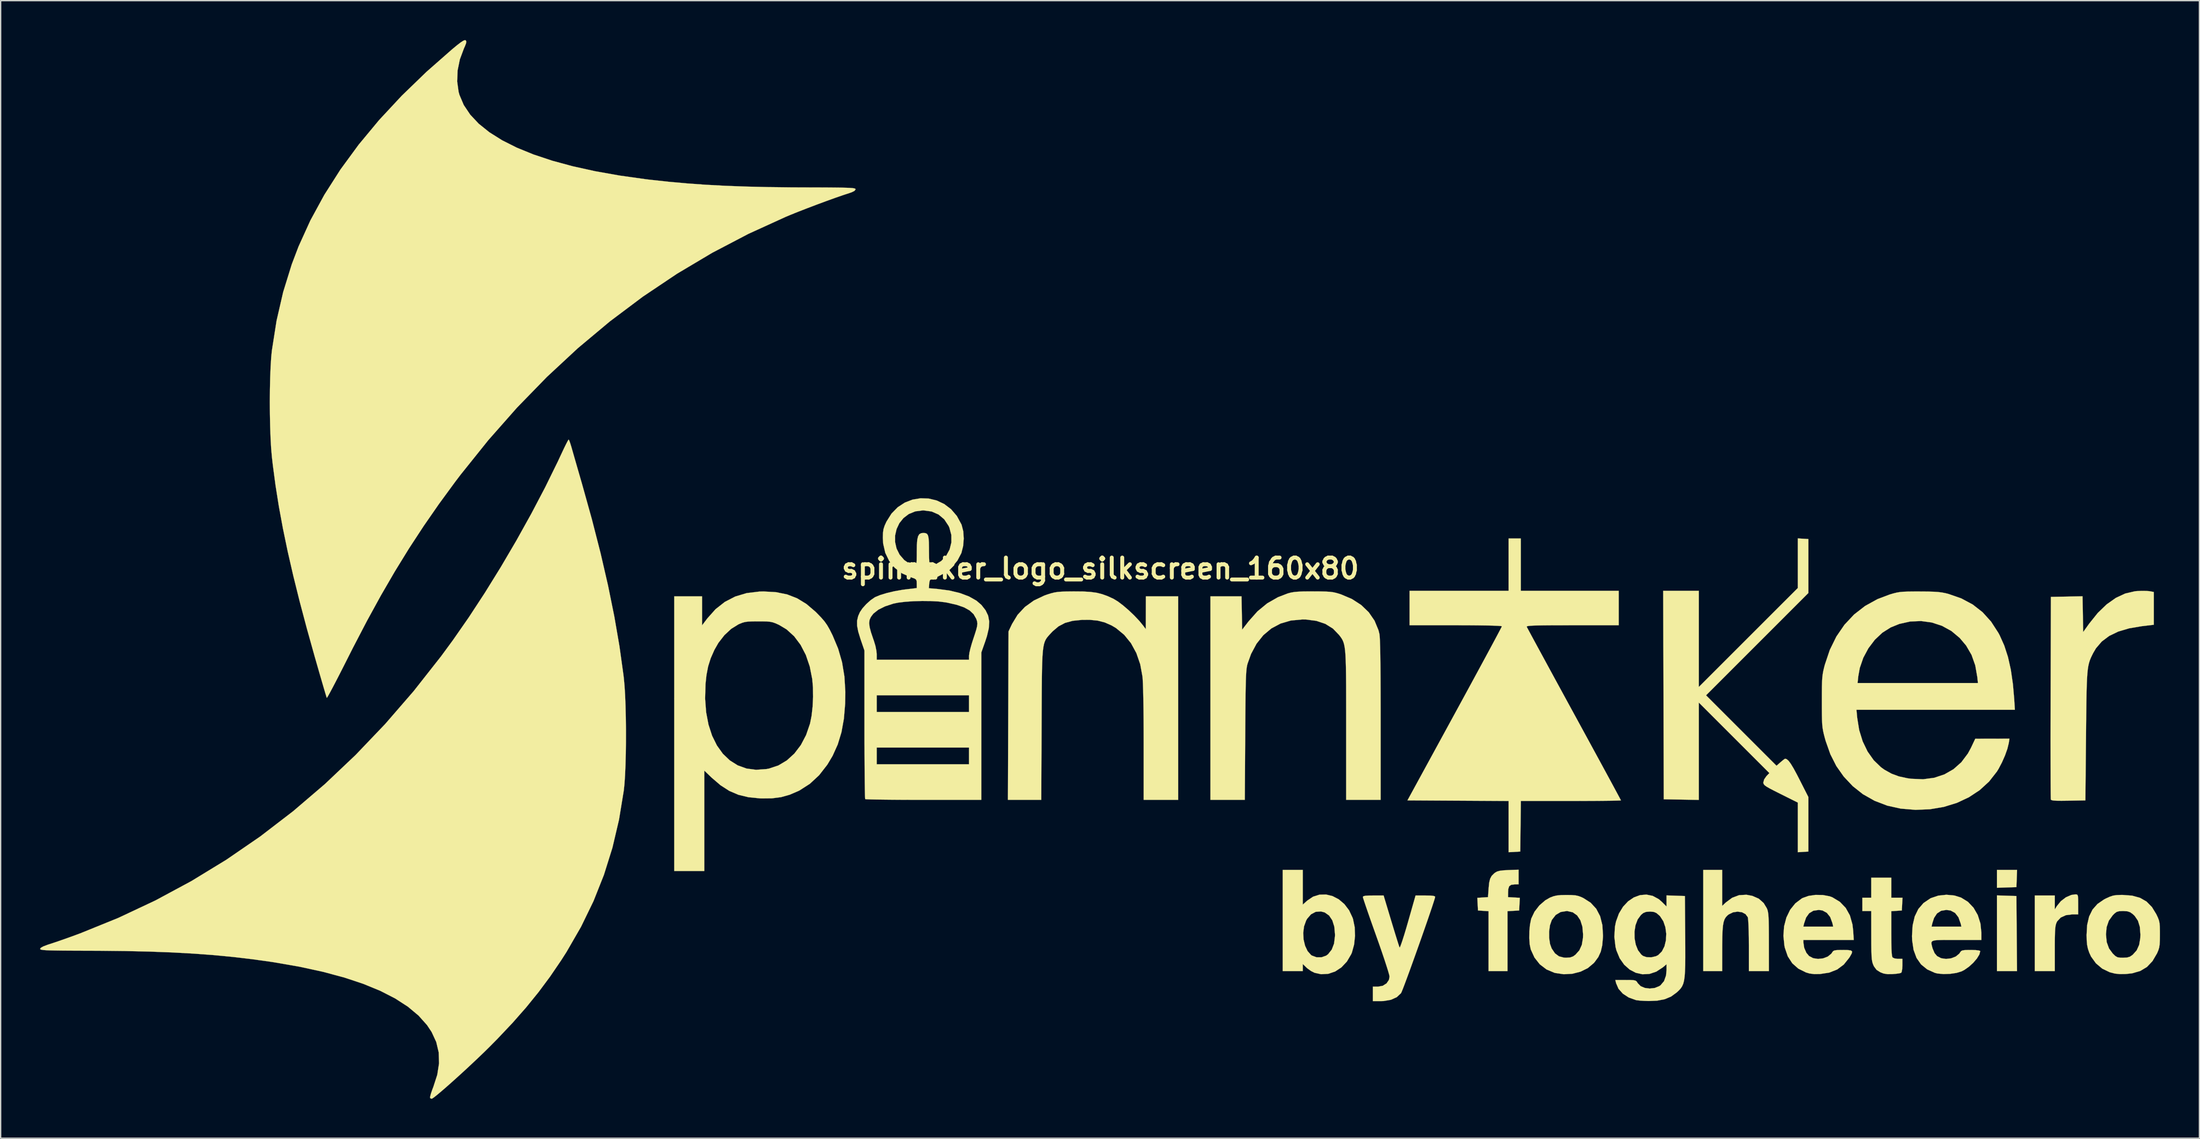
<source format=kicad_pcb>
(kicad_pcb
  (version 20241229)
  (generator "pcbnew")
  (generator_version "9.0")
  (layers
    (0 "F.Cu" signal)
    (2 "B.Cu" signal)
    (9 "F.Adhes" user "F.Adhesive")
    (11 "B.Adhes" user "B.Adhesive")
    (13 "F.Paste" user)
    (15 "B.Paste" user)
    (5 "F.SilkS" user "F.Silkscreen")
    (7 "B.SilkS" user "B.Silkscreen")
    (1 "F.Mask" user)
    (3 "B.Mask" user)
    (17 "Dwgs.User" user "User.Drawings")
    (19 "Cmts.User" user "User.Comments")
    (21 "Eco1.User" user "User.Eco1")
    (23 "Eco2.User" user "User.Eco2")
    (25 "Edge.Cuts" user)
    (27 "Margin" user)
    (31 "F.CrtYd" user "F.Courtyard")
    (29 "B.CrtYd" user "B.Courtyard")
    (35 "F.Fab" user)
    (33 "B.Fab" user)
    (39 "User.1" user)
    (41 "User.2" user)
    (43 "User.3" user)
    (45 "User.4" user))
  (footprint "spinnaker_logo_silkscreen_160x80"
    (layer "F.Cu")
    (at 80.692 40.236)
    (property "Reference" "spinnaker_logo_silkscreen_160x80" (at 0 0 0) (layer "F.SilkS") (effects (font (size 1.524 1.524) (thickness 0.3))))
    (attr through_hole)
    (fp_poly (pts (xy 68.982 24.91) (xy 69.723 24.934) (xy 69.768 30.649) (xy 68.241 30.649) (xy 68.241 24.885) (xy 68.982 24.91)) (stroke (width 0.01) (type solid)) (fill yes) (layer "F.SilkS"))
    (fp_poly (pts (xy 69.748 23.601) (xy 69.723 24.257) (xy 68.982 24.281) (xy 68.241 24.306) (xy 68.241 22.945) (xy 69.772 22.945) (xy 69.748 23.601)) (stroke (width 0.01) (type solid)) (fill yes) (layer "F.SilkS"))
    (fp_poly (pts (xy 74.309 24.813) (xy 74.372 24.852) (xy 74.406 24.957) (xy 74.419 25.16) (xy 74.422 25.495) (xy 74.422 25.569) (xy 74.422 26.331) (xy 73.978 26.331) (xy 73.487 26.393) (xy 73.099 26.57) (xy 72.83 26.856) (xy 72.792 26.924) (xy 72.741 27.049) (xy 72.702 27.206) (xy 72.675 27.42) (xy 72.658 27.716) (xy 72.648 28.119) (xy 72.644 28.656) (xy 72.644 28.935) (xy 72.644 30.649) (xy 71.12 30.649) (xy 71.12 24.892) (xy 72.644 24.892) (xy 72.644 25.421) (xy 72.645 25.95) (xy 72.802 25.696) (xy 73.107 25.323) (xy 73.488 25.032) (xy 73.901 24.852) (xy 74.208 24.807) (xy 74.309 24.813)) (stroke (width 0.01) (type solid)) (fill yes) (layer "F.SilkS"))
    (fp_poly (pts (xy 31.835 24.045) (xy 31.559 24.047) (xy 31.279 24.077) (xy 31.119 24.187) (xy 31.048 24.408) (xy 31.036 24.61) (xy 31.03 25.019) (xy 31.928 25.07) (xy 31.902 25.553) (xy 31.877 26.035) (xy 30.988 26.086) (xy 30.988 30.649) (xy 29.549 30.649) (xy 29.549 26.087) (xy 29.146 26.061) (xy 28.744 26.035) (xy 28.719 25.553) (xy 28.694 25.071) (xy 29.1 25.045) (xy 29.506 25.019) (xy 29.553 24.342) (xy 29.595 23.919) (xy 29.667 23.62) (xy 29.785 23.4) (xy 29.97 23.214) (xy 30.044 23.156) (xy 30.196 23.069) (xy 30.403 23.011) (xy 30.704 22.976) (xy 31.052 22.958) (xy 31.835 22.928) (xy 31.835 24.045)) (stroke (width 0.01) (type solid)) (fill yes) (layer "F.SilkS"))
    (fp_poly (pts (xy 53.488 -2.269) (xy 53.89 -2.244) (xy 53.89 1.862) (xy 49.996 5.757) (xy 46.102 9.652) (xy 51.464 15.015) (xy 51.77 14.746) (xy 51.958 14.589) (xy 52.089 14.493) (xy 52.121 14.478) (xy 52.243 14.516) (xy 52.384 14.641) (xy 52.553 14.868) (xy 52.761 15.212) (xy 53.019 15.688) (xy 53.193 16.027) (xy 53.89 17.399) (xy 53.89 21.548) (xy 53.488 21.573) (xy 53.086 21.599) (xy 53.086 17.82) (xy 51.774 17.165) (xy 51.296 16.925) (xy 50.951 16.745) (xy 50.716 16.61) (xy 50.57 16.506) (xy 50.494 16.419) (xy 50.465 16.335) (xy 50.461 16.282) (xy 50.525 16.052) (xy 50.689 15.816) (xy 50.691 15.813) (xy 50.921 15.573) (xy 45.551 10.203) (xy 45.551 17.615) (xy 44.217 17.592) (xy 42.884 17.568) (xy 42.84 1.693) (xy 45.551 1.693) (xy 45.551 9.016) (xy 49.318 5.249) (xy 53.086 1.482) (xy 53.086 -2.295) (xy 53.488 -2.269)) (stroke (width 0.01) (type solid)) (fill yes) (layer "F.SilkS"))
    (fp_poly (pts (xy 60.198 25.061) (xy 61.053 25.061) (xy 61.028 25.548) (xy 61.002 26.035) (xy 60.6 26.061) (xy 60.198 26.087) (xy 60.198 27.801) (xy 60.202 28.454) (xy 60.213 28.951) (xy 60.233 29.302) (xy 60.262 29.52) (xy 60.3 29.616) (xy 60.447 29.683) (xy 60.677 29.717) (xy 60.723 29.718) (xy 61.045 29.718) (xy 61.045 30.221) (xy 61.029 30.508) (xy 60.989 30.714) (xy 60.948 30.783) (xy 60.819 30.819) (xy 60.575 30.853) (xy 60.292 30.877) (xy 59.911 30.882) (xy 59.618 30.835) (xy 59.37 30.74) (xy 59.08 30.557) (xy 58.887 30.299) (xy 58.842 30.208) (xy 58.788 30.073) (xy 58.747 29.922) (xy 58.717 29.731) (xy 58.697 29.476) (xy 58.685 29.129) (xy 58.678 28.667) (xy 58.676 28.065) (xy 58.676 27.961) (xy 58.674 26.077) (xy 57.997 26.077) (xy 57.997 25.061) (xy 58.674 25.061) (xy 58.674 23.537) (xy 60.198 23.537) (xy 60.198 25.061)) (stroke (width 0.01) (type solid)) (fill yes) (layer "F.SilkS"))
    (fp_poly (pts (xy 47.329 25.687) (xy 47.604 25.426) (xy 48.091 25.065) (xy 48.618 24.868) (xy 49.181 24.837) (xy 49.623 24.922) (xy 50.115 25.137) (xy 50.485 25.466) (xy 50.723 25.857) (xy 50.772 25.978) (xy 50.809 26.119) (xy 50.837 26.3) (xy 50.857 26.544) (xy 50.87 26.873) (xy 50.878 27.31) (xy 50.882 27.877) (xy 50.883 28.427) (xy 50.885 30.649) (xy 49.361 30.649) (xy 49.361 28.708) (xy 49.357 28.128) (xy 49.347 27.6) (xy 49.331 27.15) (xy 49.311 26.805) (xy 49.288 26.59) (xy 49.277 26.544) (xy 49.105 26.31) (xy 48.832 26.167) (xy 48.499 26.122) (xy 48.15 26.176) (xy 47.825 26.335) (xy 47.736 26.406) (xy 47.611 26.538) (xy 47.514 26.696) (xy 47.442 26.903) (xy 47.391 27.18) (xy 47.358 27.55) (xy 47.34 28.036) (xy 47.332 28.659) (xy 47.331 28.977) (xy 47.329 30.649) (xy 45.889 30.649) (xy 45.889 22.945) (xy 47.329 22.945) (xy 47.329 25.687)) (stroke (width 0.01) (type solid)) (fill yes) (layer "F.SilkS"))
    (fp_poly (pts (xy 15.409 25.589) (xy 15.742 25.288) (xy 16.191 24.984) (xy 16.677 24.83) (xy 17.18 24.818) (xy 17.678 24.94) (xy 18.151 25.187) (xy 18.576 25.55) (xy 18.934 26.021) (xy 19.202 26.593) (xy 19.234 26.689) (xy 19.36 27.299) (xy 19.386 27.967) (xy 19.315 28.632) (xy 19.151 29.231) (xy 19.096 29.362) (xy 18.768 29.92) (xy 18.353 30.363) (xy 17.873 30.679) (xy 17.349 30.857) (xy 16.802 30.887) (xy 16.309 30.779) (xy 16.036 30.642) (xy 15.76 30.444) (xy 15.695 30.385) (xy 15.409 30.108) (xy 15.409 30.649) (xy 13.885 30.649) (xy 13.885 27.743) (xy 15.443 27.743) (xy 15.471 28.246) (xy 15.584 28.72) (xy 15.774 29.124) (xy 16.035 29.42) (xy 16.102 29.466) (xy 16.453 29.597) (xy 16.836 29.598) (xy 17.188 29.473) (xy 17.331 29.368) (xy 17.616 29.01) (xy 17.79 28.555) (xy 17.859 27.983) (xy 17.861 27.855) (xy 17.809 27.265) (xy 17.656 26.781) (xy 17.412 26.418) (xy 17.083 26.186) (xy 16.793 26.108) (xy 16.391 26.137) (xy 16.038 26.324) (xy 15.744 26.662) (xy 15.664 26.803) (xy 15.505 27.248) (xy 15.443 27.743) (xy 13.885 27.743) (xy 13.885 22.945) (xy 15.409 22.945) (xy 15.409 25.589)) (stroke (width 0.01) (type solid)) (fill yes) (layer "F.SilkS"))
    (fp_poly (pts (xy 79.605 1.705) (xy 79.854 1.725) (xy 79.873 1.728) (xy 80.179 1.786) (xy 80.179 4.281) (xy 79.269 4.389) (xy 78.3 4.553) (xy 77.474 4.799) (xy 76.783 5.132) (xy 76.22 5.555) (xy 75.778 6.072) (xy 75.567 6.43) (xy 75.467 6.631) (xy 75.38 6.815) (xy 75.308 6.998) (xy 75.247 7.194) (xy 75.196 7.417) (xy 75.155 7.682) (xy 75.123 8.004) (xy 75.097 8.397) (xy 75.077 8.876) (xy 75.061 9.455) (xy 75.048 10.15) (xy 75.038 10.974) (xy 75.027 11.942) (xy 75.02 12.742) (xy 74.972 17.653) (xy 73.679 17.676) (xy 73.154 17.682) (xy 72.778 17.678) (xy 72.531 17.661) (xy 72.393 17.631) (xy 72.345 17.592) (xy 72.339 17.493) (xy 72.334 17.237) (xy 72.33 16.836) (xy 72.326 16.302) (xy 72.324 15.647) (xy 72.322 14.884) (xy 72.321 14.024) (xy 72.32 13.08) (xy 72.321 12.063) (xy 72.323 10.987) (xy 72.326 9.863) (xy 72.326 9.821) (xy 72.348 2.159) (xy 73.552 2.136) (xy 74.756 2.112) (xy 74.78 3.473) (xy 74.803 4.835) (xy 75.263 4.192) (xy 75.911 3.384) (xy 76.588 2.73) (xy 77.289 2.235) (xy 78.008 1.9) (xy 78.741 1.731) (xy 78.895 1.717) (xy 79.262 1.701) (xy 79.605 1.705)) (stroke (width 0.01) (type solid)) (fill yes) (layer "F.SilkS"))
    (fp_poly (pts (xy 22.14 26.818) (xy 22.306 27.366) (xy 22.458 27.863) (xy 22.589 28.284) (xy 22.691 28.607) (xy 22.757 28.806) (xy 22.776 28.858) (xy 22.814 28.812) (xy 22.889 28.622) (xy 22.996 28.31) (xy 23.128 27.896) (xy 23.278 27.399) (xy 23.413 26.932) (xy 23.994 24.892) (xy 24.739 24.892) (xy 25.127 24.9) (xy 25.366 24.925) (xy 25.473 24.97) (xy 25.484 24.998) (xy 25.456 25.117) (xy 25.376 25.374) (xy 25.253 25.751) (xy 25.093 26.226) (xy 24.903 26.78) (xy 24.69 27.393) (xy 24.462 28.045) (xy 24.225 28.715) (xy 23.987 29.383) (xy 23.755 30.03) (xy 23.536 30.636) (xy 23.336 31.18) (xy 23.164 31.642) (xy 23.026 32.002) (xy 22.929 32.24) (xy 22.884 32.333) (xy 22.563 32.633) (xy 22.118 32.834) (xy 21.567 32.929) (xy 21.36 32.935) (xy 20.743 32.935) (xy 20.743 31.835) (xy 21.131 31.835) (xy 21.495 31.768) (xy 21.784 31.586) (xy 21.967 31.317) (xy 22.013 31.069) (xy 21.985 30.928) (xy 21.906 30.648) (xy 21.781 30.25) (xy 21.619 29.752) (xy 21.424 29.176) (xy 21.204 28.542) (xy 20.997 27.958) (xy 20.762 27.297) (xy 20.546 26.685) (xy 20.356 26.139) (xy 20.198 25.679) (xy 20.079 25.324) (xy 20.004 25.092) (xy 19.981 25.004) (xy 20.024 24.949) (xy 20.17 24.914) (xy 20.441 24.896) (xy 20.771 24.892) (xy 21.561 24.892) (xy 22.14 26.818)) (stroke (width 0.01) (type solid)) (fill yes) (layer "F.SilkS"))
    (fp_poly (pts (xy 54.994 24.857) (xy 55.504 24.953) (xy 55.721 25.034) (xy 56.287 25.377) (xy 56.73 25.837) (xy 57.05 26.41) (xy 57.243 27.093) (xy 57.299 27.571) (xy 57.343 28.279) (xy 53.509 28.279) (xy 53.51 28.469) (xy 53.572 28.881) (xy 53.737 29.257) (xy 53.942 29.501) (xy 54.253 29.666) (xy 54.628 29.722) (xy 55.016 29.678) (xy 55.369 29.542) (xy 55.638 29.32) (xy 55.708 29.215) (xy 55.772 29.129) (xy 55.877 29.077) (xy 56.059 29.05) (xy 56.358 29.041) (xy 56.518 29.041) (xy 56.898 29.047) (xy 57.126 29.079) (xy 57.218 29.157) (xy 57.19 29.303) (xy 57.059 29.538) (xy 56.995 29.64) (xy 56.583 30.152) (xy 56.083 30.525) (xy 55.486 30.763) (xy 54.783 30.871) (xy 54.779 30.872) (xy 54.335 30.878) (xy 53.978 30.832) (xy 53.707 30.752) (xy 53.125 30.463) (xy 52.664 30.055) (xy 52.322 29.527) (xy 52.099 28.878) (xy 52.066 28.723) (xy 51.989 27.964) (xy 52.039 27.263) (xy 53.506 27.263) (xy 55.778 27.263) (xy 55.715 26.986) (xy 55.55 26.534) (xy 55.294 26.213) (xy 54.958 26.031) (xy 54.679 25.993) (xy 54.267 26.054) (xy 53.949 26.245) (xy 53.716 26.573) (xy 53.561 27.03) (xy 53.506 27.263) (xy 52.039 27.263) (xy 52.041 27.24) (xy 52.215 26.573) (xy 52.502 25.982) (xy 52.895 25.492) (xy 53.384 25.121) (xy 53.455 25.083) (xy 53.906 24.923) (xy 54.44 24.847) (xy 54.994 24.857)) (stroke (width 0.01) (type solid)) (fill yes) (layer "F.SilkS"))
    (fp_poly (pts (xy 35.881 24.86) (xy 36.172 24.884) (xy 36.408 24.938) (xy 36.643 25.031) (xy 36.765 25.089) (xy 37.318 25.443) (xy 37.743 25.903) (xy 38.04 26.47) (xy 38.211 27.148) (xy 38.258 27.939) (xy 38.253 28.093) (xy 38.2 28.691) (xy 38.089 29.171) (xy 37.902 29.579) (xy 37.623 29.962) (xy 37.552 30.043) (xy 37.102 30.421) (xy 36.549 30.693) (xy 35.928 30.852) (xy 35.275 30.889) (xy 34.626 30.794) (xy 34.56 30.777) (xy 33.958 30.523) (xy 33.448 30.133) (xy 33.044 29.62) (xy 32.76 29) (xy 32.76 28.998) (xy 32.682 28.624) (xy 32.647 28.146) (xy 32.654 27.627) (xy 34.158 27.627) (xy 34.16 28.126) (xy 34.23 28.591) (xy 34.352 28.926) (xy 34.606 29.3) (xy 34.907 29.525) (xy 35.285 29.623) (xy 35.448 29.631) (xy 35.756 29.612) (xy 35.979 29.533) (xy 36.158 29.404) (xy 36.458 29.07) (xy 36.646 28.652) (xy 36.733 28.127) (xy 36.742 27.855) (xy 36.688 27.26) (xy 36.534 26.774) (xy 36.287 26.407) (xy 35.954 26.172) (xy 35.544 26.079) (xy 35.49 26.078) (xy 35.035 26.151) (xy 34.665 26.37) (xy 34.378 26.737) (xy 34.358 26.773) (xy 34.224 27.154) (xy 34.158 27.627) (xy 32.654 27.627) (xy 32.654 27.626) (xy 32.7 27.123) (xy 32.785 26.699) (xy 32.803 26.64) (xy 33.047 26.127) (xy 33.414 25.652) (xy 33.863 25.261) (xy 34.225 25.054) (xy 34.485 24.953) (xy 34.747 24.892) (xy 35.067 24.862) (xy 35.477 24.854) (xy 35.881 24.86)) (stroke (width 0.01) (type solid)) (fill yes) (layer "F.SilkS"))
    (fp_poly (pts (xy -1.307 1.748) (xy -0.752 1.78) (xy -0.283 1.844) (xy 0.141 1.95) (xy 0.561 2.103) (xy 1.01 2.309) (xy 1.338 2.509) (xy 1.734 2.809) (xy 2.162 3.177) (xy 2.586 3.581) (xy 2.969 3.987) (xy 3.24 4.318) (xy 3.463 4.614) (xy 3.467 3.365) (xy 3.471 2.117) (xy 5.927 2.117) (xy 5.927 17.611) (xy 3.302 17.611) (xy 3.302 13.332) (xy 3.3 12.379) (xy 3.295 11.48) (xy 3.286 10.652) (xy 3.274 9.913) (xy 3.26 9.279) (xy 3.243 8.768) (xy 3.224 8.397) (xy 3.211 8.237) (xy 3.038 7.29) (xy 2.743 6.435) (xy 2.334 5.683) (xy 1.817 5.047) (xy 1.199 4.536) (xy 0.864 4.336) (xy 0.344 4.106) (xy -0.197 3.966) (xy -0.806 3.905) (xy -1.404 3.91) (xy -2.103 3.981) (xy -2.683 4.14) (xy -3.178 4.4) (xy -3.623 4.776) (xy -3.72 4.878) (xy -3.856 5.025) (xy -3.973 5.155) (xy -4.074 5.282) (xy -4.159 5.418) (xy -4.231 5.576) (xy -4.289 5.768) (xy -4.336 6.007) (xy -4.373 6.306) (xy -4.401 6.678) (xy -4.422 7.135) (xy -4.437 7.691) (xy -4.448 8.357) (xy -4.455 9.147) (xy -4.46 10.072) (xy -4.465 11.147) (xy -4.468 11.874) (xy -4.494 17.611) (xy -7.031 17.611) (xy -6.985 4.784) (xy -6.717 4.218) (xy -6.295 3.522) (xy -5.739 2.925) (xy -5.055 2.433) (xy -4.25 2.052) (xy -4.028 1.974) (xy -3.751 1.887) (xy -3.504 1.825) (xy -3.249 1.784) (xy -2.946 1.76) (xy -2.556 1.747) (xy -2.039 1.742) (xy -1.99 1.742) (xy -1.307 1.748)) (stroke (width 0.01) (type solid)) (fill yes) (layer "F.SilkS"))
    (fp_poly (pts (xy 32.004 1.693) (xy 39.455 1.693) (xy 39.455 4.318) (xy 35.932 4.318) (xy 35.049 4.319) (xy 34.321 4.321) (xy 33.736 4.326) (xy 33.279 4.334) (xy 32.938 4.345) (xy 32.698 4.36) (xy 32.546 4.379) (xy 32.469 4.402) (xy 32.452 4.43) (xy 32.453 4.432) (xy 32.499 4.521) (xy 32.621 4.749) (xy 32.811 5.103) (xy 33.066 5.574) (xy 33.378 6.149) (xy 33.742 6.819) (xy 34.151 7.573) (xy 34.6 8.399) (xy 35.084 9.286) (xy 35.595 10.225) (xy 36.06 11.077) (xy 36.59 12.049) (xy 37.097 12.979) (xy 37.573 13.855) (xy 38.015 14.666) (xy 38.415 15.403) (xy 38.768 16.054) (xy 39.068 16.609) (xy 39.309 17.057) (xy 39.486 17.387) (xy 39.593 17.589) (xy 39.624 17.652) (xy 39.542 17.661) (xy 39.308 17.669) (xy 38.938 17.677) (xy 38.45 17.683) (xy 37.859 17.689) (xy 37.184 17.692) (xy 36.442 17.695) (xy 35.816 17.695) (xy 32.007 17.695) (xy 31.962 21.548) (xy 31.073 21.599) (xy 31.073 17.697) (xy 27.224 17.675) (xy 23.375 17.653) (xy 26.97 11.064) (xy 27.503 10.086) (xy 28.012 9.151) (xy 28.491 8.268) (xy 28.935 7.449) (xy 29.337 6.705) (xy 29.693 6.045) (xy 29.996 5.481) (xy 30.24 5.023) (xy 30.42 4.682) (xy 30.53 4.47) (xy 30.565 4.396) (xy 30.482 4.377) (xy 30.243 4.361) (xy 29.86 4.346) (xy 29.346 4.335) (xy 28.713 4.326) (xy 27.974 4.32) (xy 27.142 4.318) (xy 27.051 4.318) (xy 23.537 4.318) (xy 23.537 1.693) (xy 31.073 1.693) (xy 31.073 -2.286) (xy 32.004 -2.286) (xy 32.004 1.693)) (stroke (width 0.01) (type solid)) (fill yes) (layer "F.SilkS"))
    (fp_poly (pts (xy 65.015 24.896) (xy 65.513 25.054) (xy 66.033 25.376) (xy 66.459 25.825) (xy 66.78 26.38) (xy 66.983 27.019) (xy 67.056 27.72) (xy 67.056 27.737) (xy 67.056 28.279) (xy 65.151 28.279) (xy 64.521 28.278) (xy 64.042 28.28) (xy 63.695 28.291) (xy 63.461 28.318) (xy 63.322 28.368) (xy 63.259 28.447) (xy 63.254 28.562) (xy 63.288 28.719) (xy 63.341 28.92) (xy 63.496 29.284) (xy 63.686 29.508) (xy 63.994 29.669) (xy 64.367 29.723) (xy 64.754 29.677) (xy 65.107 29.54) (xy 65.375 29.32) (xy 65.445 29.215) (xy 65.509 29.129) (xy 65.613 29.077) (xy 65.796 29.05) (xy 66.095 29.041) (xy 66.255 29.041) (xy 66.622 29.051) (xy 66.868 29.079) (xy 66.97 29.122) (xy 66.971 29.129) (xy 66.902 29.386) (xy 66.716 29.691) (xy 66.443 30.01) (xy 66.115 30.311) (xy 65.762 30.559) (xy 65.553 30.668) (xy 65.16 30.788) (xy 64.678 30.858) (xy 64.177 30.875) (xy 63.724 30.834) (xy 63.515 30.783) (xy 62.928 30.517) (xy 62.464 30.139) (xy 62.121 29.647) (xy 61.896 29.036) (xy 61.787 28.305) (xy 61.775 27.982) (xy 61.818 27.263) (xy 63.264 27.263) (xy 65.535 27.263) (xy 65.481 27.03) (xy 65.31 26.552) (xy 65.054 26.221) (xy 64.712 26.036) (xy 64.389 25.993) (xy 63.99 26.058) (xy 63.681 26.258) (xy 63.456 26.599) (xy 63.329 26.988) (xy 63.264 27.263) (xy 61.818 27.263) (xy 61.823 27.174) (xy 61.983 26.49) (xy 62.257 25.924) (xy 62.65 25.469) (xy 63.162 25.12) (xy 63.22 25.091) (xy 63.78 24.902) (xy 64.397 24.837) (xy 65.015 24.896)) (stroke (width 0.01) (type solid)) (fill yes) (layer "F.SilkS"))
    (fp_poly (pts (xy 78.527 24.904) (xy 79.129 25.07) (xy 79.628 25.357) (xy 80.038 25.775) (xy 80.366 26.312) (xy 80.487 26.567) (xy 80.567 26.776) (xy 80.614 26.988) (xy 80.637 27.249) (xy 80.644 27.607) (xy 80.645 27.853) (xy 80.641 28.294) (xy 80.625 28.612) (xy 80.589 28.852) (xy 80.527 29.06) (xy 80.432 29.283) (xy 80.425 29.299) (xy 80.079 29.889) (xy 79.657 30.334) (xy 79.147 30.64) (xy 78.534 30.818) (xy 78.043 30.871) (xy 77.59 30.877) (xy 77.224 30.839) (xy 76.865 30.748) (xy 76.817 30.733) (xy 76.254 30.462) (xy 75.774 30.057) (xy 75.403 29.543) (xy 75.266 29.249) (xy 75.164 28.949) (xy 75.102 28.645) (xy 75.071 28.28) (xy 75.063 27.898) (xy 75.065 27.855) (xy 76.539 27.855) (xy 76.595 28.443) (xy 76.771 28.927) (xy 77.052 29.31) (xy 77.246 29.498) (xy 77.413 29.595) (xy 77.627 29.629) (xy 77.831 29.633) (xy 78.143 29.617) (xy 78.363 29.551) (xy 78.564 29.414) (xy 78.576 29.404) (xy 78.876 29.07) (xy 79.064 28.652) (xy 79.151 28.127) (xy 79.16 27.855) (xy 79.114 27.274) (xy 78.972 26.813) (xy 78.722 26.445) (xy 78.576 26.307) (xy 78.373 26.165) (xy 78.157 26.096) (xy 77.852 26.077) (xy 77.831 26.077) (xy 77.546 26.088) (xy 77.356 26.139) (xy 77.188 26.263) (xy 77.052 26.401) (xy 76.756 26.812) (xy 76.588 27.303) (xy 76.539 27.855) (xy 75.065 27.855) (xy 75.107 27.134) (xy 75.255 26.495) (xy 75.514 25.968) (xy 75.891 25.538) (xy 76.394 25.193) (xy 76.515 25.13) (xy 76.824 24.988) (xy 77.078 24.903) (xy 77.345 24.863) (xy 77.695 24.85) (xy 77.807 24.85) (xy 78.527 24.904)) (stroke (width 0.01) (type solid)) (fill yes) (layer "F.SilkS"))
    (fp_poly (pts (xy 16.214 1.74) (xy 16.755 1.743) (xy 17.164 1.753) (xy 17.476 1.772) (xy 17.73 1.805) (xy 17.962 1.857) (xy 18.208 1.93) (xy 18.33 1.971) (xy 19.151 2.32) (xy 19.854 2.776) (xy 20.43 3.328) (xy 20.871 3.969) (xy 21.169 4.689) (xy 21.242 4.978) (xy 21.263 5.158) (xy 21.281 5.484) (xy 21.297 5.96) (xy 21.31 6.588) (xy 21.32 7.372) (xy 21.328 8.315) (xy 21.333 9.42) (xy 21.336 10.689) (xy 21.336 11.519) (xy 21.336 17.611) (xy 18.711 17.611) (xy 18.711 11.953) (xy 18.711 10.783) (xy 18.71 9.769) (xy 18.708 8.899) (xy 18.702 8.161) (xy 18.693 7.541) (xy 18.678 7.026) (xy 18.659 6.605) (xy 18.632 6.264) (xy 18.597 5.99) (xy 18.554 5.772) (xy 18.501 5.595) (xy 18.438 5.448) (xy 18.363 5.318) (xy 18.275 5.192) (xy 18.177 5.063) (xy 17.704 4.572) (xy 17.125 4.212) (xy 16.441 3.983) (xy 15.649 3.882) (xy 15.371 3.878) (xy 14.506 3.958) (xy 13.72 4.187) (xy 13.02 4.56) (xy 12.409 5.073) (xy 11.892 5.722) (xy 11.474 6.503) (xy 11.209 7.239) (xy 11.177 7.361) (xy 11.15 7.502) (xy 11.127 7.677) (xy 11.107 7.9) (xy 11.091 8.184) (xy 11.077 8.543) (xy 11.066 8.993) (xy 11.056 9.546) (xy 11.048 10.218) (xy 11.04 11.021) (xy 11.033 11.97) (xy 11.029 12.679) (xy 10.998 17.611) (xy 8.382 17.611) (xy 8.382 2.117) (xy 10.748 2.117) (xy 10.795 4.654) (xy 11.284 4.022) (xy 11.961 3.26) (xy 12.702 2.65) (xy 13.521 2.182) (xy 14.266 1.895) (xy 14.496 1.833) (xy 14.747 1.789) (xy 15.053 1.761) (xy 15.446 1.745) (xy 15.962 1.74) (xy 16.214 1.74)) (stroke (width 0.01) (type solid)) (fill yes) (layer "F.SilkS"))
    (fp_poly (pts (xy 42.041 24.922) (xy 42.496 25.168) (xy 42.733 25.372) (xy 43.095 25.734) (xy 43.095 24.885) (xy 43.794 24.91) (xy 44.492 24.934) (xy 44.515 27.978) (xy 44.52 28.867) (xy 44.521 29.604) (xy 44.515 30.206) (xy 44.498 30.691) (xy 44.47 31.076) (xy 44.426 31.378) (xy 44.364 31.616) (xy 44.281 31.805) (xy 44.176 31.964) (xy 44.044 32.11) (xy 43.885 32.26) (xy 43.862 32.28) (xy 43.439 32.588) (xy 42.955 32.791) (xy 42.38 32.901) (xy 41.735 32.927) (xy 41.369 32.915) (xy 41.038 32.893) (xy 40.803 32.864) (xy 40.767 32.857) (xy 40.216 32.659) (xy 39.766 32.365) (xy 39.438 31.994) (xy 39.252 31.563) (xy 39.251 31.559) (xy 39.197 31.327) (xy 39.982 31.327) (xy 40.351 31.329) (xy 40.588 31.342) (xy 40.731 31.375) (xy 40.82 31.439) (xy 40.89 31.545) (xy 40.908 31.576) (xy 41.123 31.795) (xy 41.44 31.93) (xy 41.813 31.978) (xy 42.196 31.934) (xy 42.541 31.795) (xy 42.637 31.729) (xy 42.904 31.413) (xy 43.057 30.98) (xy 43.095 30.56) (xy 43.095 30.126) (xy 42.82 30.359) (xy 42.315 30.69) (xy 41.79 30.865) (xy 41.264 30.892) (xy 40.756 30.778) (xy 40.285 30.531) (xy 39.87 30.161) (xy 39.529 29.675) (xy 39.282 29.081) (xy 39.211 28.804) (xy 39.123 28.045) (xy 39.146 27.641) (xy 40.656 27.641) (xy 40.662 28.147) (xy 40.751 28.633) (xy 40.921 29.06) (xy 41.17 29.389) (xy 41.303 29.494) (xy 41.589 29.592) (xy 41.941 29.599) (xy 42.288 29.517) (xy 42.458 29.431) (xy 42.741 29.151) (xy 42.938 28.761) (xy 43.049 28.3) (xy 43.072 27.803) (xy 43.006 27.309) (xy 42.851 26.856) (xy 42.606 26.479) (xy 42.544 26.415) (xy 42.327 26.229) (xy 42.128 26.143) (xy 41.861 26.12) (xy 41.826 26.12) (xy 41.536 26.141) (xy 41.329 26.224) (xy 41.15 26.371) (xy 40.898 26.715) (xy 40.734 27.15) (xy 40.656 27.641) (xy 39.146 27.641) (xy 39.166 27.279) (xy 39.246 26.883) (xy 39.47 26.266) (xy 39.784 25.748) (xy 40.169 25.336) (xy 40.607 25.04) (xy 41.077 24.866) (xy 41.561 24.824) (xy 42.041 24.922)) (stroke (width 0.01) (type solid)) (fill yes) (layer "F.SilkS"))
    (fp_poly (pts (xy -24.667 1.802) (xy -23.83 1.972) (xy -23.072 2.268) (xy -22.366 2.7) (xy -21.685 3.28) (xy -21.576 3.388) (xy -21.241 3.734) (xy -20.991 4.024) (xy -20.788 4.313) (xy -20.594 4.652) (xy -20.375 5.09) (xy -19.955 6.093) (xy -19.656 7.127) (xy -19.475 8.219) (xy -19.405 9.397) (xy -19.419 10.287) (xy -19.515 11.436) (xy -19.7 12.464) (xy -19.984 13.396) (xy -20.374 14.26) (xy -20.776 14.934) (xy -21.399 15.734) (xy -22.103 16.387) (xy -22.887 16.891) (xy -22.987 16.941) (xy -23.646 17.223) (xy -24.294 17.405) (xy -24.984 17.495) (xy -25.767 17.503) (xy -25.908 17.498) (xy -26.779 17.411) (xy -27.545 17.226) (xy -28.242 16.927) (xy -28.907 16.498) (xy -29.579 15.922) (xy -29.61 15.893) (xy -30.141 15.382) (xy -30.141 23.029) (xy -32.427 23.029) (xy -32.427 9.904) (xy -30.077 9.904) (xy -30 10.938) (xy -29.82 11.883) (xy -29.545 12.73) (xy -29.178 13.472) (xy -28.728 14.1) (xy -28.198 14.607) (xy -27.596 14.986) (xy -26.927 15.227) (xy -26.197 15.323) (xy -25.413 15.267) (xy -25.214 15.229) (xy -24.507 14.995) (xy -23.86 14.61) (xy -23.285 14.087) (xy -22.791 13.438) (xy -22.391 12.675) (xy -22.094 11.809) (xy -22.089 11.79) (xy -21.973 11.204) (xy -21.896 10.513) (xy -21.861 9.775) (xy -21.87 9.052) (xy -21.923 8.424) (xy -22.114 7.456) (xy -22.412 6.58) (xy -22.811 5.81) (xy -23.302 5.157) (xy -23.877 4.634) (xy -24.448 4.292) (xy -24.702 4.177) (xy -24.912 4.1) (xy -25.126 4.054) (xy -25.389 4.03) (xy -25.747 4.022) (xy -26.035 4.022) (xy -26.481 4.025) (xy -26.802 4.039) (xy -27.044 4.071) (xy -27.249 4.128) (xy -27.464 4.216) (xy -27.545 4.253) (xy -28.092 4.592) (xy -28.608 5.071) (xy -29.065 5.659) (xy -29.373 6.198) (xy -29.651 6.831) (xy -29.846 7.448) (xy -29.974 8.111) (xy -30.046 8.788) (xy -30.077 9.904) (xy -32.427 9.904) (xy -32.427 2.117) (xy -30.311 2.117) (xy -30.311 4.328) (xy -29.909 3.797) (xy -29.282 3.094) (xy -28.577 2.54) (xy -27.791 2.133) (xy -26.92 1.871) (xy -25.961 1.754) (xy -25.612 1.746) (xy -24.667 1.802)) (stroke (width 0.01) (type solid)) (fill yes) (layer "F.SilkS"))
    (fp_poly (pts (xy 62.943 1.752) (xy 63.395 1.764) (xy 63.751 1.786) (xy 64.046 1.822) (xy 64.317 1.874) (xy 64.553 1.934) (xy 65.533 2.276) (xy 66.395 2.737) (xy 67.146 3.324) (xy 67.796 4.043) (xy 68.352 4.902) (xy 68.45 5.085) (xy 68.799 5.865) (xy 69.08 6.732) (xy 69.298 7.705) (xy 69.457 8.804) (xy 69.554 9.927) (xy 69.606 10.753) (xy 57.549 10.753) (xy 57.606 11.363) (xy 57.756 12.297) (xy 58.023 13.16) (xy 58.395 13.932) (xy 58.864 14.596) (xy 59.42 15.133) (xy 59.685 15.321) (xy 60.221 15.619) (xy 60.783 15.827) (xy 61.428 15.966) (xy 61.711 16.005) (xy 62.621 16.043) (xy 63.468 15.93) (xy 64.242 15.673) (xy 64.934 15.277) (xy 65.532 14.746) (xy 66.028 14.085) (xy 66.262 13.653) (xy 66.59 12.959) (xy 69.194 12.954) (xy 69.138 13.304) (xy 69.034 13.728) (xy 68.855 14.232) (xy 68.623 14.759) (xy 68.365 15.25) (xy 68.238 15.457) (xy 67.644 16.216) (xy 66.928 16.871) (xy 66.104 17.415) (xy 65.189 17.843) (xy 64.196 18.149) (xy 63.141 18.327) (xy 62.039 18.372) (xy 60.918 18.279) (xy 59.896 18.053) (xy 58.928 17.683) (xy 58.04 17.181) (xy 57.267 16.569) (xy 56.58 15.838) (xy 56.017 15.038) (xy 55.563 14.142) (xy 55.204 13.125) (xy 55.144 12.911) (xy 55.07 12.629) (xy 55.014 12.383) (xy 54.973 12.143) (xy 54.945 11.877) (xy 54.928 11.557) (xy 54.919 11.152) (xy 54.915 10.632) (xy 54.915 10.118) (xy 54.916 9.484) (xy 54.92 8.989) (xy 54.928 8.721) (xy 57.634 8.721) (xy 66.794 8.721) (xy 66.748 8.276) (xy 66.59 7.374) (xy 66.308 6.576) (xy 65.894 5.863) (xy 65.405 5.284) (xy 64.773 4.755) (xy 64.057 4.362) (xy 63.281 4.108) (xy 62.466 3.998) (xy 61.635 4.033) (xy 60.809 4.218) (xy 60.156 4.483) (xy 59.518 4.886) (xy 58.946 5.425) (xy 58.457 6.071) (xy 58.069 6.795) (xy 57.802 7.57) (xy 57.688 8.206) (xy 57.634 8.721) (xy 54.928 8.721) (xy 54.931 8.603) (xy 54.95 8.295) (xy 54.981 8.036) (xy 55.025 7.795) (xy 55.084 7.541) (xy 55.141 7.324) (xy 55.521 6.193) (xy 56.02 5.177) (xy 56.637 4.278) (xy 57.366 3.501) (xy 58.204 2.85) (xy 59.147 2.329) (xy 60.074 1.978) (xy 60.359 1.894) (xy 60.606 1.833) (xy 60.85 1.791) (xy 61.129 1.766) (xy 61.478 1.753) (xy 61.933 1.748) (xy 62.357 1.748) (xy 62.943 1.752)) (stroke (width 0.01) (type solid)) (fill yes) (layer "F.SilkS"))
    (fp_poly (pts (xy -48.3 -40.215) (xy -48.253 -40.135) (xy -48.268 -40) (xy -48.354 -39.773) (xy -48.433 -39.598) (xy -48.742 -38.769) (xy -48.915 -37.922) (xy -48.948 -37.088) (xy -48.839 -36.297) (xy -48.774 -36.062) (xy -48.446 -35.289) (xy -47.954 -34.556) (xy -47.303 -33.863) (xy -46.493 -33.213) (xy -45.527 -32.606) (xy -44.408 -32.043) (xy -43.136 -31.524) (xy -41.716 -31.051) (xy -40.147 -30.626) (xy -38.434 -30.248) (xy -36.578 -29.919) (xy -34.582 -29.639) (xy -34.248 -29.599) (xy -32.869 -29.449) (xy -31.478 -29.324) (xy -30.051 -29.221) (xy -28.563 -29.141) (xy -26.99 -29.082) (xy -25.309 -29.042) (xy -23.494 -29.021) (xy -22.543 -29.017) (xy -21.623 -29.015) (xy -20.858 -29.012) (xy -20.234 -29.007) (xy -19.737 -29.001) (xy -19.353 -28.992) (xy -19.068 -28.98) (xy -18.867 -28.965) (xy -18.737 -28.946) (xy -18.663 -28.922) (xy -18.631 -28.893) (xy -18.627 -28.871) (xy -18.702 -28.758) (xy -18.934 -28.643) (xy -19.113 -28.582) (xy -19.589 -28.426) (xy -20.183 -28.22) (xy -20.858 -27.976) (xy -21.576 -27.71) (xy -22.299 -27.435) (xy -22.991 -27.166) (xy -23.612 -26.915) (xy -23.935 -26.78) (xy -26.778 -25.483) (xy -29.538 -24.038) (xy -32.217 -22.444) (xy -34.813 -20.703) (xy -37.329 -18.814) (xy -39.763 -16.777) (xy -42.116 -14.591) (xy -44.388 -12.256) (xy -46.579 -9.773) (xy -48.69 -7.141) (xy -49.104 -6.595) (xy -50.332 -4.918) (xy -51.494 -3.241) (xy -52.608 -1.539) (xy -53.688 0.216) (xy -54.751 2.048) (xy -55.813 3.985) (xy -56.89 6.053) (xy -57.245 6.756) (xy -57.584 7.428) (xy -57.9 8.049) (xy -58.185 8.602) (xy -58.431 9.072) (xy -58.63 9.444) (xy -58.774 9.703) (xy -58.855 9.834) (xy -58.87 9.846) (xy -58.902 9.752) (xy -58.975 9.514) (xy -59.083 9.149) (xy -59.221 8.677) (xy -59.384 8.117) (xy -59.566 7.485) (xy -59.762 6.802) (xy -59.771 6.773) (xy -60.389 4.562) (xy -60.939 2.489) (xy -61.423 0.54) (xy -61.846 -1.302) (xy -62.209 -3.051) (xy -62.517 -4.722) (xy -62.772 -6.33) (xy -62.979 -7.891) (xy -63.049 -8.509) (xy -63.106 -9.169) (xy -63.15 -9.951) (xy -63.181 -10.821) (xy -63.2 -11.747) (xy -63.206 -12.697) (xy -63.199 -13.638) (xy -63.179 -14.536) (xy -63.146 -15.36) (xy -63.101 -16.077) (xy -63.05 -16.595) (xy -62.694 -18.866) (xy -62.19 -21.054) (xy -61.539 -23.157) (xy -61.02 -24.521) (xy -60.121 -26.501) (xy -59.058 -28.453) (xy -57.832 -30.377) (xy -56.442 -32.275) (xy -54.887 -34.148) (xy -53.166 -35.997) (xy -51.278 -37.822) (xy -49.331 -39.534) (xy -48.945 -39.853) (xy -48.665 -40.067) (xy -48.475 -40.189) (xy -48.355 -40.231) (xy -48.3 -40.215)) (stroke (width 0.01) (type solid)) (fill yes) (layer "F.SilkS"))
    (fp_poly (pts (xy -40.418 -9.746) (xy -40.345 -9.547) (xy -40.257 -9.265) (xy -40.241 -9.207) (xy -40.169 -8.955) (xy -40.059 -8.57) (xy -39.919 -8.083) (xy -39.758 -7.524) (xy -39.585 -6.925) (xy -39.455 -6.477) (xy -38.697 -3.759) (xy -38.034 -1.171) (xy -37.465 1.296) (xy -36.987 3.652) (xy -36.598 5.906) (xy -36.297 8.066) (xy -36.264 8.34) (xy -36.21 8.924) (xy -36.166 9.638) (xy -36.134 10.452) (xy -36.113 11.335) (xy -36.102 12.257) (xy -36.103 13.189) (xy -36.114 14.099) (xy -36.137 14.959) (xy -36.17 15.737) (xy -36.215 16.404) (xy -36.265 16.891) (xy -36.63 19.12) (xy -37.132 21.259) (xy -37.778 23.321) (xy -38.572 25.321) (xy -39.52 27.274) (xy -40.627 29.194) (xy -41.031 29.826) (xy -41.875 31.066) (xy -42.757 32.253) (xy -43.702 33.418) (xy -44.733 34.59) (xy -45.877 35.8) (xy -46.478 36.408) (xy -46.908 36.832) (xy -47.384 37.288) (xy -47.887 37.762) (xy -48.4 38.239) (xy -48.908 38.702) (xy -49.393 39.138) (xy -49.838 39.532) (xy -50.227 39.866) (xy -50.542 40.128) (xy -50.767 40.301) (xy -50.879 40.369) (xy -50.986 40.335) (xy -51.008 40.307) (xy -51.002 40.194) (xy -50.941 39.965) (xy -50.836 39.658) (xy -50.761 39.464) (xy -50.463 38.543) (xy -50.327 37.67) (xy -50.353 36.839) (xy -50.541 36.045) (xy -50.893 35.284) (xy -51.243 34.758) (xy -51.889 34.035) (xy -52.696 33.36) (xy -53.666 32.733) (xy -54.797 32.153) (xy -56.089 31.622) (xy -57.542 31.139) (xy -59.156 30.705) (xy -60.93 30.319) (xy -62.864 29.982) (xy -63.161 29.937) (xy -64.578 29.74) (xy -66.015 29.571) (xy -67.491 29.431) (xy -69.027 29.317) (xy -70.644 29.228) (xy -72.363 29.164) (xy -74.203 29.122) (xy -76.185 29.101) (xy -76.729 29.099) (xy -77.656 29.096) (xy -78.428 29.093) (xy -79.058 29.088) (xy -79.561 29.081) (xy -79.951 29.072) (xy -80.24 29.06) (xy -80.445 29.044) (xy -80.577 29.025) (xy -80.652 29.002) (xy -80.684 28.973) (xy -80.687 28.955) (xy -80.628 28.87) (xy -80.44 28.767) (xy -80.109 28.641) (xy -79.851 28.557) (xy -79.475 28.433) (xy -78.992 28.266) (xy -78.451 28.074) (xy -77.903 27.874) (xy -77.628 27.772) (xy -74.734 26.597) (xy -71.916 25.271) (xy -69.177 23.796) (xy -66.516 22.171) (xy -63.935 20.398) (xy -61.435 18.478) (xy -59.016 16.41) (xy -56.68 14.196) (xy -54.427 11.836) (xy -52.258 9.332) (xy -50.174 6.683) (xy -49.274 5.457) (xy -48.062 3.715) (xy -46.838 1.844) (xy -45.624 -0.118) (xy -44.44 -2.134) (xy -43.31 -4.167) (xy -42.254 -6.178) (xy -41.295 -8.131) (xy -41.01 -8.742) (xy -40.828 -9.13) (xy -40.668 -9.456) (xy -40.546 -9.693) (xy -40.474 -9.812) (xy -40.463 -9.821) (xy -40.418 -9.746)) (stroke (width 0.01) (type solid)) (fill yes) (layer "F.SilkS"))
    (fp_poly (pts (xy -13.056 -5.327) (xy -12.449 -5.18) (xy -11.877 -4.91) (xy -11.361 -4.518) (xy -10.92 -4.005) (xy -10.576 -3.372) (xy -10.553 -3.317) (xy -10.43 -2.838) (xy -10.393 -2.28) (xy -10.44 -1.708) (xy -10.571 -1.189) (xy -10.579 -1.168) (xy -10.876 -0.605) (xy -11.306 -0.093) (xy -11.831 0.333) (xy -12.416 0.64) (xy -12.64 0.717) (xy -12.864 0.796) (xy -12.972 0.893) (xy -13.014 1.067) (xy -13.022 1.161) (xy -13.047 1.499) (xy -12.387 1.555) (xy -11.494 1.672) (xy -10.69 1.865) (xy -9.995 2.125) (xy -9.427 2.446) (xy -9.049 2.772) (xy -8.734 3.175) (xy -8.537 3.585) (xy -8.455 4.032) (xy -8.485 4.541) (xy -8.625 5.139) (xy -8.757 5.546) (xy -9.056 6.392) (xy -9.059 17.611) (xy -13.448 17.611) (xy -14.294 17.61) (xy -15.089 17.607) (xy -15.816 17.602) (xy -16.46 17.595) (xy -17.004 17.588) (xy -17.433 17.579) (xy -17.729 17.569) (xy -17.879 17.558) (xy -17.893 17.554) (xy -17.903 17.462) (xy -17.912 17.215) (xy -17.92 16.826) (xy -17.928 16.311) (xy -17.934 15.682) (xy -17.94 14.955) (xy -17.945 14.142) (xy -17.946 13.631) (xy -17.018 13.631) (xy -17.018 14.901) (xy -9.991 14.901) (xy -9.991 13.631) (xy -17.018 13.631) (xy -17.946 13.631) (xy -17.948 13.26) (xy -17.949 12.32) (xy -17.949 11.874) (xy -17.949 9.652) (xy -17.018 9.652) (xy -17.018 10.922) (xy -9.991 10.922) (xy -9.991 9.652) (xy -17.018 9.652) (xy -17.949 9.652) (xy -17.949 6.249) (xy -18.256 5.353) (xy -18.425 4.8) (xy -18.51 4.354) (xy -18.511 4.157) (xy -17.592 4.157) (xy -17.557 4.461) (xy -17.453 4.854) (xy -17.281 5.366) (xy -17.239 5.481) (xy -17.116 5.886) (xy -17.038 6.279) (xy -17.018 6.518) (xy -17.018 6.943) (xy -9.991 6.943) (xy -9.991 6.633) (xy -9.964 6.421) (xy -9.891 6.101) (xy -9.785 5.723) (xy -9.704 5.468) (xy -9.546 4.991) (xy -9.438 4.642) (xy -9.376 4.389) (xy -9.356 4.202) (xy -9.371 4.047) (xy -9.418 3.894) (xy -9.449 3.813) (xy -9.644 3.475) (xy -9.943 3.193) (xy -10.362 2.959) (xy -10.915 2.766) (xy -11.618 2.604) (xy -11.796 2.572) (xy -12.297 2.51) (xy -12.898 2.477) (xy -13.554 2.47) (xy -14.218 2.488) (xy -14.845 2.531) (xy -15.388 2.598) (xy -15.748 2.671) (xy -16.383 2.88) (xy -16.893 3.134) (xy -17.258 3.423) (xy -17.303 3.474) (xy -17.465 3.693) (xy -17.562 3.911) (xy -17.592 4.157) (xy -18.511 4.157) (xy -18.512 3.976) (xy -18.431 3.626) (xy -18.3 3.325) (xy -18.102 3.031) (xy -17.811 2.709) (xy -17.482 2.412) (xy -17.17 2.195) (xy -17.134 2.176) (xy -16.755 2.018) (xy -16.254 1.866) (xy -15.679 1.73) (xy -15.078 1.623) (xy -14.825 1.589) (xy -13.97 1.487) (xy -13.971 1.146) (xy -13.978 0.954) (xy -14.024 0.838) (xy -14.146 0.757) (xy -14.384 0.674) (xy -14.453 0.652) (xy -15.1 0.363) (xy -15.641 -0.051) (xy -16.066 -0.575) (xy -16.365 -1.193) (xy -16.525 -1.89) (xy -16.533 -2.015) (xy -15.618 -2.015) (xy -15.507 -1.521) (xy -15.276 -1.057) (xy -14.923 -0.647) (xy -14.44 -0.312) (xy -14.436 -0.31) (xy -14.252 -0.218) (xy -14.124 -0.184) (xy -14.042 -0.228) (xy -13.996 -0.37) (xy -13.976 -0.632) (xy -13.97 -1.034) (xy -13.97 -1.251) (xy -13.962 -1.79) (xy -13.932 -2.183) (xy -13.872 -2.449) (xy -13.777 -2.611) (xy -13.638 -2.691) (xy -13.474 -2.709) (xy -13.312 -2.697) (xy -13.195 -2.645) (xy -13.118 -2.529) (xy -13.071 -2.324) (xy -13.047 -2.008) (xy -13.039 -1.555) (xy -13.039 -1.338) (xy -13.032 -0.825) (xy -13.014 -0.454) (xy -12.985 -0.232) (xy -12.951 -0.169) (xy -12.819 -0.2) (xy -12.614 -0.274) (xy -12.591 -0.284) (xy -12.106 -0.573) (xy -11.728 -0.972) (xy -11.467 -1.454) (xy -11.334 -1.99) (xy -11.337 -2.553) (xy -11.487 -3.114) (xy -11.548 -3.248) (xy -11.878 -3.747) (xy -12.311 -4.113) (xy -12.837 -4.342) (xy -13.448 -4.426) (xy -13.507 -4.426) (xy -14.083 -4.352) (xy -14.576 -4.15) (xy -14.981 -3.843) (xy -15.293 -3.454) (xy -15.506 -3.004) (xy -15.617 -2.517) (xy -15.618 -2.015) (xy -16.533 -2.015) (xy -16.551 -2.332) (xy -16.541 -2.712) (xy -16.502 -2.997) (xy -16.416 -3.264) (xy -16.274 -3.575) (xy -15.891 -4.185) (xy -15.419 -4.667) (xy -14.879 -5.021) (xy -14.291 -5.248) (xy -13.677 -5.35) (xy -13.056 -5.327)) (stroke (width 0.01) (type solid)) (fill yes) (layer "F.SilkS")))
  (gr_rect
    (start -3 -3)
    (end 164.342 83.61)
    (stroke (width 0.1) (type default))
    (fill no)
    (layer "Edge.Cuts")))
</source>
